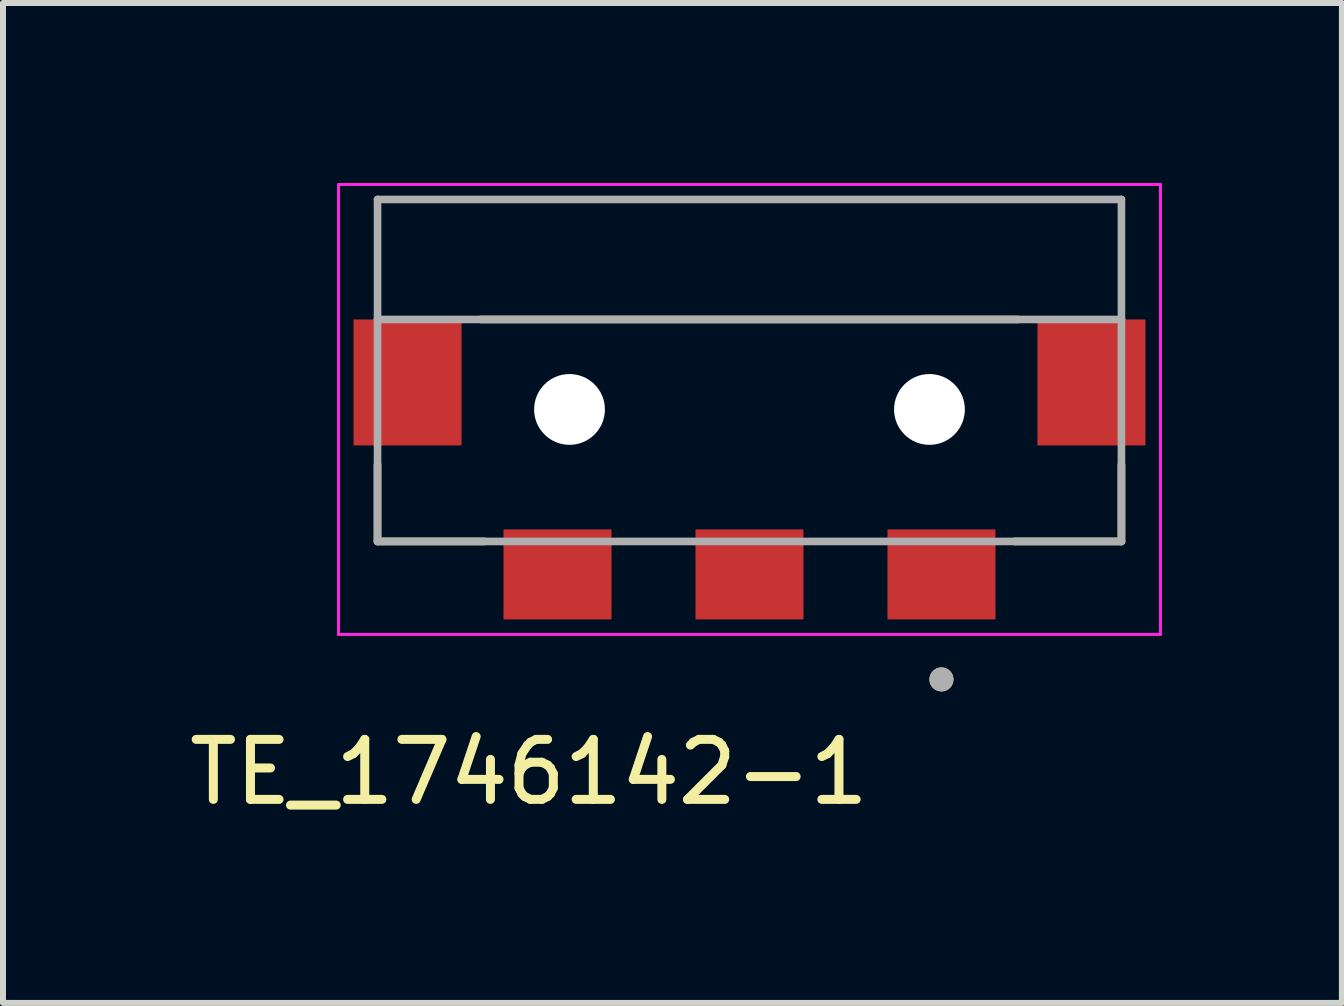
<source format=kicad_pcb>
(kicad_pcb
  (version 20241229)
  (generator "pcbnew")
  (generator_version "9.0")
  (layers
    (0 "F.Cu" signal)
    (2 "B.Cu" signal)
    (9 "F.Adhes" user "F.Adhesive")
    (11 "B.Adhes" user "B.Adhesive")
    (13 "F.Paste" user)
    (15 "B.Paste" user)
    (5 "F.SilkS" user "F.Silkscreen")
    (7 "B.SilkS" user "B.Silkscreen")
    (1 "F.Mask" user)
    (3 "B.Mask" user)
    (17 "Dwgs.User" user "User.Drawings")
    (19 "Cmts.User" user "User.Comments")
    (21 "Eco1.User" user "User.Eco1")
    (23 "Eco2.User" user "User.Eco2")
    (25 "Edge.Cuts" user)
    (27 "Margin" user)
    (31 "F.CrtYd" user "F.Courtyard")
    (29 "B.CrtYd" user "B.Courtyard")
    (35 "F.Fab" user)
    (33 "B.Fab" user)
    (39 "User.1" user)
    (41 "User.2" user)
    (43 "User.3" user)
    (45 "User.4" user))
  (footprint "TE_1746142-1"
    (layer "F.Cu")
    (at 9.443 3.775)
    (property "Reference" "TE_1746142-1" (at -3.675 6.045 0) (layer "F.SilkS") (effects (font (size 1 1) (thickness 0.15))))
    (attr smd)
    (fp_line (start -6.2 2.2) (end -6.2 0.92) (stroke (width 0.127) (type solid)) (layer "F.SilkS"))
    (fp_line (start -4.48 -1.5) (end 4.48 -1.5) (stroke (width 0.127) (type solid)) (layer "F.SilkS"))
    (fp_line (start -4.42 2.2) (end -6.2 2.2) (stroke (width 0.127) (type solid)) (layer "F.SilkS"))
    (fp_line (start 6.2 2.2) (end 4.42 2.2) (stroke (width 0.127) (type solid)) (layer "F.SilkS"))
    (fp_line (start 6.2 2.2) (end 6.2 0.92) (stroke (width 0.127) (type solid)) (layer "F.SilkS"))
    (fp_circle (center 3.2 4.5) (end 3.3 4.5) (stroke (width 0.2) (type solid)) (fill no) (layer "F.SilkS"))
    (fp_line (start -6.85 -3.75) (end -6.85 3.75) (stroke (width 0.05) (type solid)) (layer "F.CrtYd"))
    (fp_line (start -6.85 3.75) (end 6.85 3.75) (stroke (width 0.05) (type solid)) (layer "F.CrtYd"))
    (fp_line (start 6.85 -3.75) (end -6.85 -3.75) (stroke (width 0.05) (type solid)) (layer "F.CrtYd"))
    (fp_line (start 6.85 3.75) (end 6.85 -3.75) (stroke (width 0.05) (type solid)) (layer "F.CrtYd"))
    (fp_line (start -6.2 -3.5) (end 6.2 -3.5) (stroke (width 0.127) (type solid)) (layer "F.Fab"))
    (fp_line (start -6.2 -1.5) (end -6.2 -3.5) (stroke (width 0.127) (type solid)) (layer "F.Fab"))
    (fp_line (start -6.2 -1.5) (end 6.2 -1.5) (stroke (width 0.127) (type solid)) (layer "F.Fab"))
    (fp_line (start -6.2 2.2) (end -6.2 -1.5) (stroke (width 0.127) (type solid)) (layer "F.Fab"))
    (fp_line (start 6.2 -3.5) (end 6.2 -1.5) (stroke (width 0.127) (type solid)) (layer "F.Fab"))
    (fp_line (start 6.2 -1.5) (end 6.2 2.2) (stroke (width 0.127) (type solid)) (layer "F.Fab"))
    (fp_line (start 6.2 2.2) (end -6.2 2.2) (stroke (width 0.127) (type solid)) (layer "F.Fab"))
    (fp_circle (center 3.2 4.5) (end 3.3 4.5) (stroke (width 0.2) (type solid)) (fill no) (layer "F.Fab"))
    (pad "" np_thru_hole circle (at -3 0) (size 1.18 1.18) (drill 1.18) (layers "*.Cu" "*.Mask"))
    (pad "" np_thru_hole circle (at 3 0) (size 1.18 1.18) (drill 1.18) (layers "*.Cu" "*.Mask"))
    (pad "1" smd rect (at 3.2 2.75) (size 1.8 1.5) (layers "F.Cu" "F.Mask" "F.Paste"))
    (pad "2" smd rect (at 0 2.75) (size 1.8 1.5) (layers "F.Cu" "F.Mask" "F.Paste"))
    (pad "3" smd rect (at -3.2 2.75) (size 1.8 1.5) (layers "F.Cu" "F.Mask" "F.Paste"))
    (pad "SH1" smd rect (at -5.7 -0.45) (size 1.8 2.1) (layers "F.Cu" "F.Mask" "F.Paste"))
    (pad "SH2" smd rect (at 5.7 -0.45) (size 1.8 2.1) (layers "F.Cu" "F.Mask" "F.Paste")))
  (gr_rect
    (start -3 -3)
    (end 19.318 13.668)
    (stroke (width 0.1) (type default))
    (fill no)
    (layer "Edge.Cuts")))
</source>
